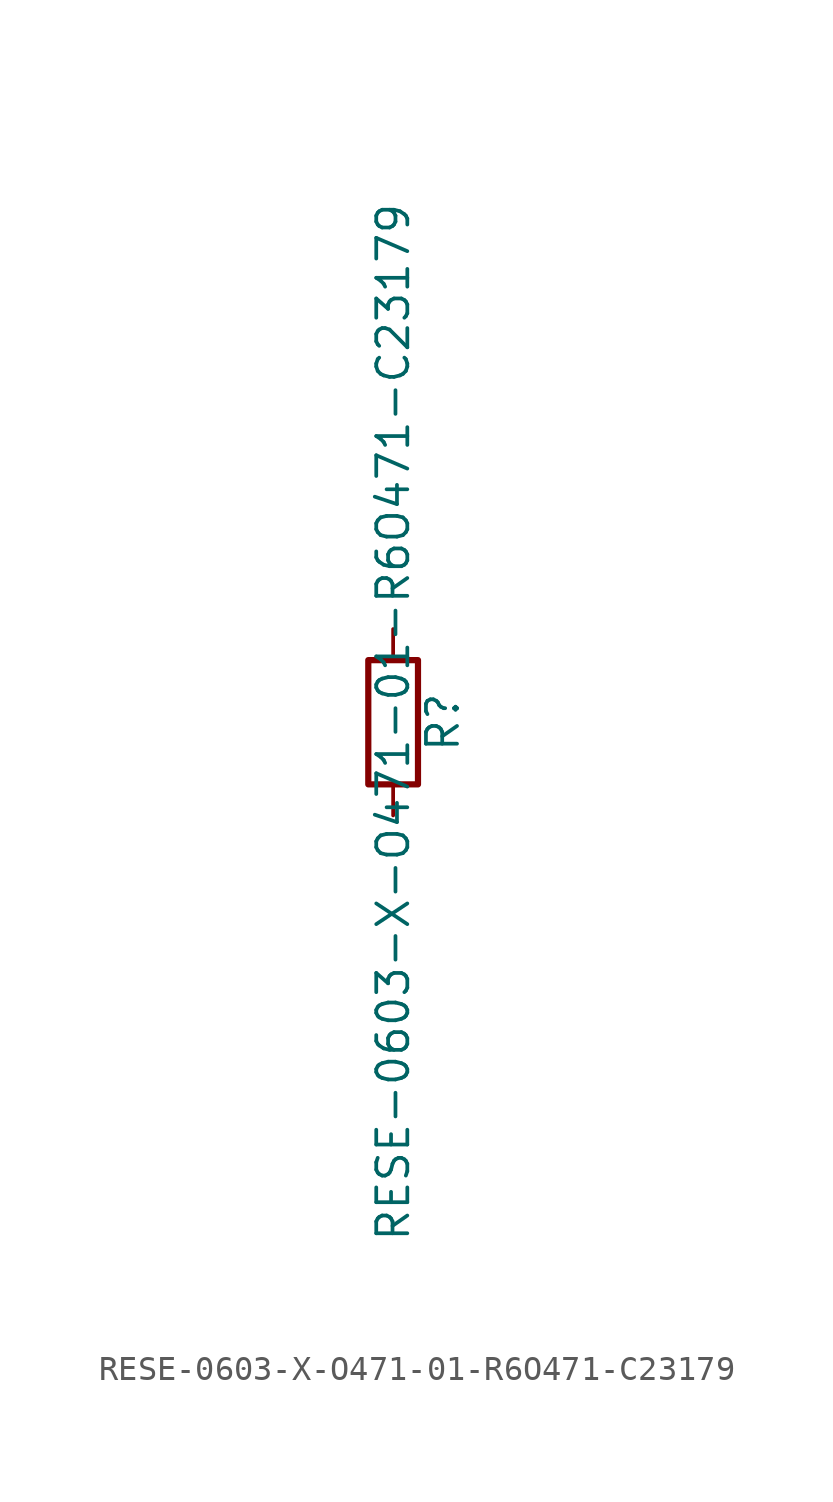
<source format=kicad_sym>
(kicad_symbol_lib
  (version 20211014)
  (generator kicad_symbol_editor)
  (symbol "RESE-0603-X-O471-01-R6O471-C23179"
    (pin_numbers hide)
    (pin_names
      (offset 0))
    (property "Reference" "R"
      (at 2.032 0 90)
      (effects (font (size 1.27 1.27))))
    (property "Value" "RESE-0603-X-O471-01-R6O471-C23179"
      (at 0 0 90)
      (effects (font (size 1.27 1.27))))
    (symbol "RESE-0603-X-O471-01-R6O471-C23179_0_1"
      (rectangle (start -1.016 -2.54) (end 1.016 2.54) (stroke (width 0.254) (type default) (color 0 0 0 0)) (fill (type none))))
    (symbol "RESE-0603-X-O471-01-R6O471-C23179_1_1"
      (pin passive line (at 0 3.81 270) (length 1.27) (name "~" (effects (font (size 1.27 1.27)))) (number "1" (effects (font (size 1.27 1.27)))))
      (pin passive line (at 0 -3.81 90) (length 1.27) (name "~" (effects (font (size 1.27 1.27)))) (number "2" (effects (font (size 1.27 1.27))))))))
</source>
